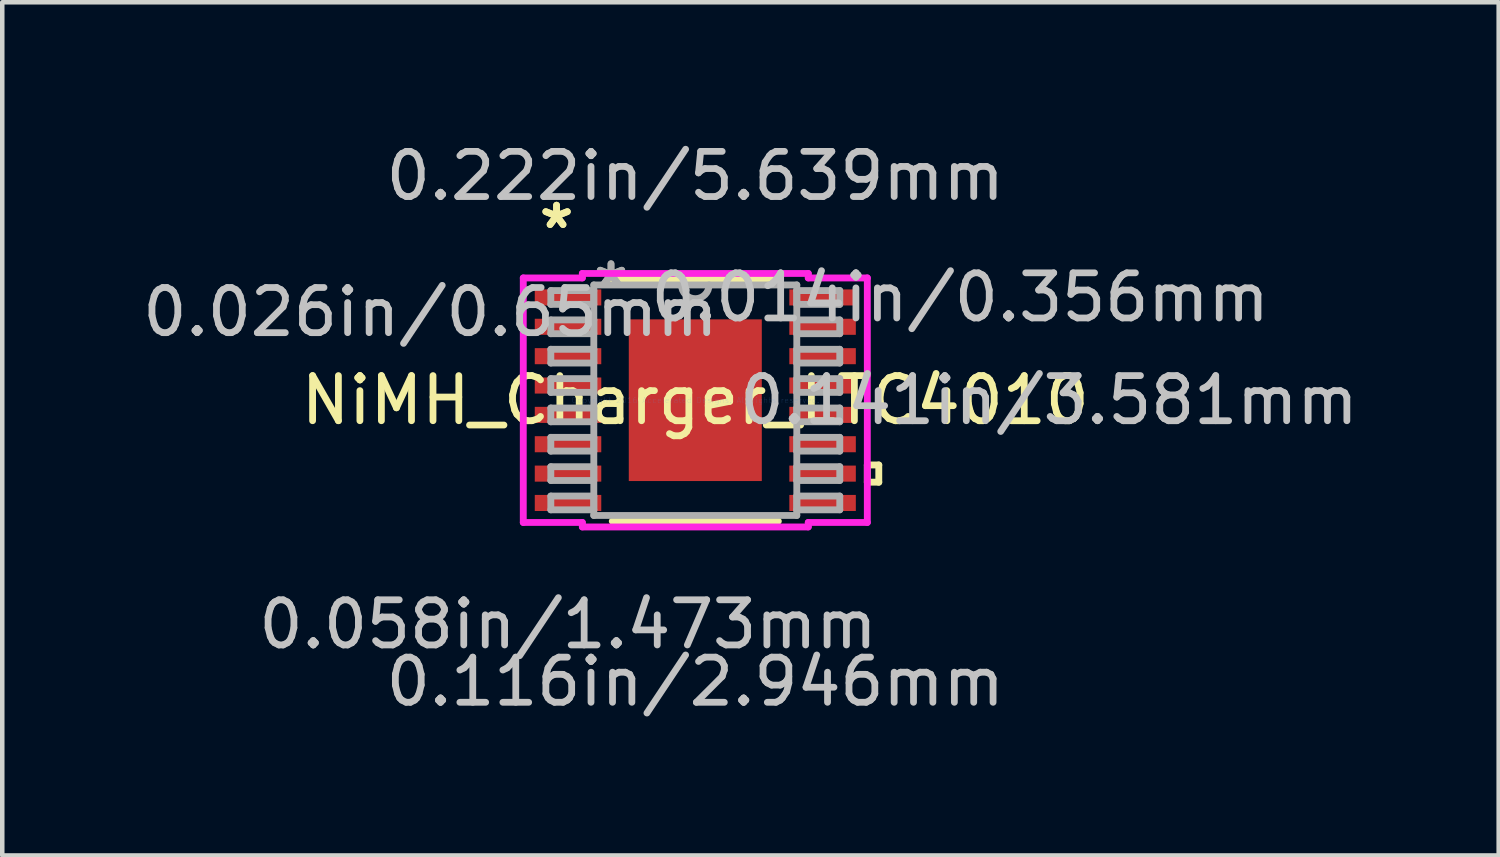
<source format=kicad_pcb>
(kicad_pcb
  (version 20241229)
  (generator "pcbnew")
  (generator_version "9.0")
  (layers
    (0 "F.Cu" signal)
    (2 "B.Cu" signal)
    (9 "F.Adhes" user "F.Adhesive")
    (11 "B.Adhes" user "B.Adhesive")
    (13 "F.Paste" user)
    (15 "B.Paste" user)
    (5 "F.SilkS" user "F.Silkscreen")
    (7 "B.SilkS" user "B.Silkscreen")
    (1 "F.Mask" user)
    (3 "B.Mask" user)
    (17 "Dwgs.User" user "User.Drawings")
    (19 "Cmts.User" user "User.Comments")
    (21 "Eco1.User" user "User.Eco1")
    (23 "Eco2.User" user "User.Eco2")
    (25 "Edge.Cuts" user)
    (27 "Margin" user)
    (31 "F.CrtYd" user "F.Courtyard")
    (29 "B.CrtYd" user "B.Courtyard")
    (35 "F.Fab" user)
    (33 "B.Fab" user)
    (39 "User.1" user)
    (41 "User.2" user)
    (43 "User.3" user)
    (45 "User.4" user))
  (footprint "NiMH_Charger_LTC4010"
    (layer "F.Cu")
    (at 12.35 5.814)
    (property "Reference" "NiMH_Charger_LTC4010" (at 0 0 0) (layer "F.SilkS") (effects (font (size 1 1) (thickness 0.15))))
    (attr through_hole)
    (fp_line (start -1.839 2.68) (end 1.839 2.68) (stroke (width 0.152) (type solid)) (layer "F.SilkS"))
    (fp_line (start 1.839 -2.68) (end -1.839 -2.68) (stroke (width 0.152) (type solid)) (layer "F.SilkS"))
    (fp_line (start 3.81 1.435) (end 4.064 1.435) (stroke (width 0.152) (type solid)) (layer "F.SilkS"))
    (fp_line (start 3.81 1.816) (end 3.81 1.435) (stroke (width 0.152) (type solid)) (layer "F.SilkS"))
    (fp_line (start 4.064 1.435) (end 4.064 1.816) (stroke (width 0.152) (type solid)) (layer "F.SilkS"))
    (fp_line (start 4.064 1.816) (end 3.81 1.816) (stroke (width 0.152) (type solid)) (layer "F.SilkS"))
    (fp_line (start -1.373 -1.691) (end -1.373 -0.1) (stroke (width 0.152) (type solid)) (layer "F.Paste"))
    (fp_line (start -1.373 -0.1) (end -0.1 -0.1) (stroke (width 0.152) (type solid)) (layer "F.Paste"))
    (fp_line (start -1.373 0.1) (end -1.373 1.691) (stroke (width 0.152) (type solid)) (layer "F.Paste"))
    (fp_line (start -1.373 1.691) (end -0.1 1.691) (stroke (width 0.152) (type solid)) (layer "F.Paste"))
    (fp_line (start -0.1 -1.691) (end -1.373 -1.691) (stroke (width 0.152) (type solid)) (layer "F.Paste"))
    (fp_line (start -0.1 -0.1) (end -0.1 -1.691) (stroke (width 0.152) (type solid)) (layer "F.Paste"))
    (fp_line (start -0.1 0.1) (end -1.373 0.1) (stroke (width 0.152) (type solid)) (layer "F.Paste"))
    (fp_line (start -0.1 1.691) (end -0.1 0.1) (stroke (width 0.152) (type solid)) (layer "F.Paste"))
    (fp_line (start 0.1 -1.691) (end 0.1 -0.1) (stroke (width 0.152) (type solid)) (layer "F.Paste"))
    (fp_line (start 0.1 -0.1) (end 1.373 -0.1) (stroke (width 0.152) (type solid)) (layer "F.Paste"))
    (fp_line (start 0.1 0.1) (end 0.1 1.691) (stroke (width 0.152) (type solid)) (layer "F.Paste"))
    (fp_line (start 0.1 1.691) (end 1.373 1.691) (stroke (width 0.152) (type solid)) (layer "F.Paste"))
    (fp_line (start 1.373 -1.691) (end 0.1 -1.691) (stroke (width 0.152) (type solid)) (layer "F.Paste"))
    (fp_line (start 1.373 -0.1) (end 1.373 -1.691) (stroke (width 0.152) (type solid)) (layer "F.Paste"))
    (fp_line (start 1.373 0.1) (end 0.1 0.1) (stroke (width 0.152) (type solid)) (layer "F.Paste"))
    (fp_line (start 1.373 1.691) (end 1.373 0.1) (stroke (width 0.152) (type solid)) (layer "F.Paste"))
    (fp_line (start -3.81 -2.708) (end -2.502 -2.708) (stroke (width 0.152) (type solid)) (layer "F.CrtYd"))
    (fp_line (start -3.81 2.708) (end -3.81 -2.708) (stroke (width 0.152) (type solid)) (layer "F.CrtYd"))
    (fp_line (start -2.502 -2.807) (end 2.502 -2.807) (stroke (width 0.152) (type solid)) (layer "F.CrtYd"))
    (fp_line (start -2.502 -2.708) (end -2.502 -2.807) (stroke (width 0.152) (type solid)) (layer "F.CrtYd"))
    (fp_line (start -2.502 2.708) (end -3.81 2.708) (stroke (width 0.152) (type solid)) (layer "F.CrtYd"))
    (fp_line (start -2.502 2.807) (end -2.502 2.708) (stroke (width 0.152) (type solid)) (layer "F.CrtYd"))
    (fp_line (start 2.502 -2.807) (end 2.502 -2.708) (stroke (width 0.152) (type solid)) (layer "F.CrtYd"))
    (fp_line (start 2.502 -2.708) (end 3.81 -2.708) (stroke (width 0.152) (type solid)) (layer "F.CrtYd"))
    (fp_line (start 2.502 2.708) (end 2.502 2.807) (stroke (width 0.152) (type solid)) (layer "F.CrtYd"))
    (fp_line (start 2.502 2.807) (end -2.502 2.807) (stroke (width 0.152) (type solid)) (layer "F.CrtYd"))
    (fp_line (start 3.81 -2.708) (end 3.81 2.708) (stroke (width 0.152) (type solid)) (layer "F.CrtYd"))
    (fp_line (start 3.81 2.708) (end 2.502 2.708) (stroke (width 0.152) (type solid)) (layer "F.CrtYd"))
    (fp_line (start -3.2 -2.428) (end -3.2 -2.123) (stroke (width 0.152) (type solid)) (layer "F.Fab"))
    (fp_line (start -3.2 -2.123) (end -2.248 -2.123) (stroke (width 0.152) (type solid)) (layer "F.Fab"))
    (fp_line (start -3.2 -1.778) (end -3.2 -1.473) (stroke (width 0.152) (type solid)) (layer "F.Fab"))
    (fp_line (start -3.2 -1.473) (end -2.248 -1.473) (stroke (width 0.152) (type solid)) (layer "F.Fab"))
    (fp_line (start -3.2 -1.128) (end -3.2 -0.823) (stroke (width 0.152) (type solid)) (layer "F.Fab"))
    (fp_line (start -3.2 -0.823) (end -2.248 -0.823) (stroke (width 0.152) (type solid)) (layer "F.Fab"))
    (fp_line (start -3.2 -0.478) (end -3.2 -0.173) (stroke (width 0.152) (type solid)) (layer "F.Fab"))
    (fp_line (start -3.2 -0.173) (end -2.248 -0.173) (stroke (width 0.152) (type solid)) (layer "F.Fab"))
    (fp_line (start -3.2 0.173) (end -3.2 0.478) (stroke (width 0.152) (type solid)) (layer "F.Fab"))
    (fp_line (start -3.2 0.478) (end -2.248 0.478) (stroke (width 0.152) (type solid)) (layer "F.Fab"))
    (fp_line (start -3.2 0.823) (end -3.2 1.128) (stroke (width 0.152) (type solid)) (layer "F.Fab"))
    (fp_line (start -3.2 1.128) (end -2.248 1.128) (stroke (width 0.152) (type solid)) (layer "F.Fab"))
    (fp_line (start -3.2 1.473) (end -3.2 1.778) (stroke (width 0.152) (type solid)) (layer "F.Fab"))
    (fp_line (start -3.2 1.778) (end -2.248 1.778) (stroke (width 0.152) (type solid)) (layer "F.Fab"))
    (fp_line (start -3.2 2.123) (end -3.2 2.428) (stroke (width 0.152) (type solid)) (layer "F.Fab"))
    (fp_line (start -3.2 2.428) (end -2.248 2.428) (stroke (width 0.152) (type solid)) (layer "F.Fab"))
    (fp_line (start -2.248 -2.553) (end -2.248 2.553) (stroke (width 0.152) (type solid)) (layer "F.Fab"))
    (fp_line (start -2.248 -2.428) (end -3.2 -2.428) (stroke (width 0.152) (type solid)) (layer "F.Fab"))
    (fp_line (start -2.248 -2.123) (end -2.248 -2.428) (stroke (width 0.152) (type solid)) (layer "F.Fab"))
    (fp_line (start -2.248 -1.778) (end -3.2 -1.778) (stroke (width 0.152) (type solid)) (layer "F.Fab"))
    (fp_line (start -2.248 -1.473) (end -2.248 -1.778) (stroke (width 0.152) (type solid)) (layer "F.Fab"))
    (fp_line (start -2.248 -1.128) (end -3.2 -1.128) (stroke (width 0.152) (type solid)) (layer "F.Fab"))
    (fp_line (start -2.248 -0.823) (end -2.248 -1.128) (stroke (width 0.152) (type solid)) (layer "F.Fab"))
    (fp_line (start -2.248 -0.478) (end -3.2 -0.478) (stroke (width 0.152) (type solid)) (layer "F.Fab"))
    (fp_line (start -2.248 -0.173) (end -2.248 -0.478) (stroke (width 0.152) (type solid)) (layer "F.Fab"))
    (fp_line (start -2.248 0.173) (end -3.2 0.173) (stroke (width 0.152) (type solid)) (layer "F.Fab"))
    (fp_line (start -2.248 0.478) (end -2.248 0.173) (stroke (width 0.152) (type solid)) (layer "F.Fab"))
    (fp_line (start -2.248 0.823) (end -3.2 0.823) (stroke (width 0.152) (type solid)) (layer "F.Fab"))
    (fp_line (start -2.248 1.128) (end -2.248 0.823) (stroke (width 0.152) (type solid)) (layer "F.Fab"))
    (fp_line (start -2.248 1.473) (end -3.2 1.473) (stroke (width 0.152) (type solid)) (layer "F.Fab"))
    (fp_line (start -2.248 1.778) (end -2.248 1.473) (stroke (width 0.152) (type solid)) (layer "F.Fab"))
    (fp_line (start -2.248 2.123) (end -3.2 2.123) (stroke (width 0.152) (type solid)) (layer "F.Fab"))
    (fp_line (start -2.248 2.428) (end -2.248 2.123) (stroke (width 0.152) (type solid)) (layer "F.Fab"))
    (fp_line (start -2.248 2.553) (end 2.248 2.553) (stroke (width 0.152) (type solid)) (layer "F.Fab"))
    (fp_line (start 2.248 -2.553) (end -2.248 -2.553) (stroke (width 0.152) (type solid)) (layer "F.Fab"))
    (fp_line (start 2.248 -2.428) (end 2.248 -2.123) (stroke (width 0.152) (type solid)) (layer "F.Fab"))
    (fp_line (start 2.248 -2.123) (end 3.2 -2.123) (stroke (width 0.152) (type solid)) (layer "F.Fab"))
    (fp_line (start 2.248 -1.778) (end 2.248 -1.473) (stroke (width 0.152) (type solid)) (layer "F.Fab"))
    (fp_line (start 2.248 -1.473) (end 3.2 -1.473) (stroke (width 0.152) (type solid)) (layer "F.Fab"))
    (fp_line (start 2.248 -1.128) (end 2.248 -0.823) (stroke (width 0.152) (type solid)) (layer "F.Fab"))
    (fp_line (start 2.248 -0.823) (end 3.2 -0.823) (stroke (width 0.152) (type solid)) (layer "F.Fab"))
    (fp_line (start 2.248 -0.478) (end 2.248 -0.173) (stroke (width 0.152) (type solid)) (layer "F.Fab"))
    (fp_line (start 2.248 -0.173) (end 3.2 -0.173) (stroke (width 0.152) (type solid)) (layer "F.Fab"))
    (fp_line (start 2.248 0.173) (end 2.248 0.478) (stroke (width 0.152) (type solid)) (layer "F.Fab"))
    (fp_line (start 2.248 0.478) (end 3.2 0.478) (stroke (width 0.152) (type solid)) (layer "F.Fab"))
    (fp_line (start 2.248 0.823) (end 2.248 1.128) (stroke (width 0.152) (type solid)) (layer "F.Fab"))
    (fp_line (start 2.248 1.128) (end 3.2 1.128) (stroke (width 0.152) (type solid)) (layer "F.Fab"))
    (fp_line (start 2.248 1.473) (end 2.248 1.778) (stroke (width 0.152) (type solid)) (layer "F.Fab"))
    (fp_line (start 2.248 1.778) (end 3.2 1.778) (stroke (width 0.152) (type solid)) (layer "F.Fab"))
    (fp_line (start 2.248 2.123) (end 2.248 2.428) (stroke (width 0.152) (type solid)) (layer "F.Fab"))
    (fp_line (start 2.248 2.428) (end 3.2 2.428) (stroke (width 0.152) (type solid)) (layer "F.Fab"))
    (fp_line (start 2.248 2.553) (end 2.248 -2.553) (stroke (width 0.152) (type solid)) (layer "F.Fab"))
    (fp_line (start 3.2 -2.428) (end 2.248 -2.428) (stroke (width 0.152) (type solid)) (layer "F.Fab"))
    (fp_line (start 3.2 -2.123) (end 3.2 -2.428) (stroke (width 0.152) (type solid)) (layer "F.Fab"))
    (fp_line (start 3.2 -1.778) (end 2.248 -1.778) (stroke (width 0.152) (type solid)) (layer "F.Fab"))
    (fp_line (start 3.2 -1.473) (end 3.2 -1.778) (stroke (width 0.152) (type solid)) (layer "F.Fab"))
    (fp_line (start 3.2 -1.128) (end 2.248 -1.128) (stroke (width 0.152) (type solid)) (layer "F.Fab"))
    (fp_line (start 3.2 -0.823) (end 3.2 -1.128) (stroke (width 0.152) (type solid)) (layer "F.Fab"))
    (fp_line (start 3.2 -0.478) (end 2.248 -0.478) (stroke (width 0.152) (type solid)) (layer "F.Fab"))
    (fp_line (start 3.2 -0.173) (end 3.2 -0.478) (stroke (width 0.152) (type solid)) (layer "F.Fab"))
    (fp_line (start 3.2 0.173) (end 2.248 0.173) (stroke (width 0.152) (type solid)) (layer "F.Fab"))
    (fp_line (start 3.2 0.478) (end 3.2 0.173) (stroke (width 0.152) (type solid)) (layer "F.Fab"))
    (fp_line (start 3.2 0.823) (end 2.248 0.823) (stroke (width 0.152) (type solid)) (layer "F.Fab"))
    (fp_line (start 3.2 1.128) (end 3.2 0.823) (stroke (width 0.152) (type solid)) (layer "F.Fab"))
    (fp_line (start 3.2 1.473) (end 2.248 1.473) (stroke (width 0.152) (type solid)) (layer "F.Fab"))
    (fp_line (start 3.2 1.778) (end 3.2 1.473) (stroke (width 0.152) (type solid)) (layer "F.Fab"))
    (fp_line (start 3.2 2.123) (end 2.248 2.123) (stroke (width 0.152) (type solid)) (layer "F.Fab"))
    (fp_line (start 3.2 2.428) (end 3.2 2.123) (stroke (width 0.152) (type solid)) (layer "F.Fab"))
    (fp_arc (start 0.3048 -2.5527) (mid 0 -2.2479) (end -0.3048 -2.5527) (stroke (width 0.1524) (type solid)) (layer "F.Fab"))
    (fp_text user "*" (at -3.073 -3.774 0) (layer "F.SilkS") (effects (font (size 1 1) (thickness 0.15))))
    (fp_text user "*" (at -3.073 -3.774 0) (layer "F.SilkS") (effects (font (size 1 1) (thickness 0.15))))
    (fp_text user "0.014in/0.356mm" (at 5.867 -2.276 0) (layer "Dwgs.User") (effects (font (size 1 1) (thickness 0.15))))
    (fp_text user "0.058in/1.473mm" (at -2.819 4.966 0) (layer "Dwgs.User") (effects (font (size 1 1) (thickness 0.15))))
    (fp_text user "0.026in/0.65mm" (at -5.867 -1.951 0) (layer "Dwgs.User") (effects (font (size 1 1) (thickness 0.15))))
    (fp_text user "0.141in/3.581mm" (at 7.836 0 0) (layer "Dwgs.User") (effects (font (size 1 1) (thickness 0.15))))
    (fp_text user "0.222in/5.639mm" (at 0 -4.966 0) (layer "Dwgs.User") (effects (font (size 1 1) (thickness 0.15))))
    (fp_text user "0.116in/2.946mm" (at 0 6.236 0) (layer "Dwgs.User") (effects (font (size 1 1) (thickness 0.15))))
    (fp_text user "Copyright 2016 Accelerated Designs. All rights reserved." (at 0 0 0) (layer "Cmts.User") (effects (font (size 0.127 0.127) (thickness 0.002))))
    (fp_text user "*" (at -1.867 -2.477 0) (layer "F.Fab") (effects (font (size 1 1) (thickness 0.15))))
    (fp_text user "*" (at -1.867 -2.477 0) (layer "F.Fab") (effects (font (size 1 1) (thickness 0.15))))
    (pad "1" smd rect (at -2.819 -2.276) (size 1.473 0.356) (layers "F.Cu" "F.Mask" "F.Paste"))
    (pad "2" smd rect (at -2.819 -1.626) (size 1.473 0.356) (layers "F.Cu" "F.Mask" "F.Paste"))
    (pad "3" smd rect (at -2.819 -0.975) (size 1.473 0.356) (layers "F.Cu" "F.Mask" "F.Paste"))
    (pad "4" smd rect (at -2.819 -0.325) (size 1.473 0.356) (layers "F.Cu" "F.Mask" "F.Paste"))
    (pad "5" smd rect (at -2.819 0.325) (size 1.473 0.356) (layers "F.Cu" "F.Mask" "F.Paste"))
    (pad "6" smd rect (at -2.819 0.975) (size 1.473 0.356) (layers "F.Cu" "F.Mask" "F.Paste"))
    (pad "7" smd rect (at -2.819 1.626) (size 1.473 0.356) (layers "F.Cu" "F.Mask" "F.Paste"))
    (pad "8" smd rect (at -2.819 2.276) (size 1.473 0.356) (layers "F.Cu" "F.Mask" "F.Paste"))
    (pad "9" smd rect (at 2.819 2.276) (size 1.473 0.356) (layers "F.Cu" "F.Mask" "F.Paste"))
    (pad "10" smd rect (at 2.819 1.626) (size 1.473 0.356) (layers "F.Cu" "F.Mask" "F.Paste"))
    (pad "11" smd rect (at 2.819 0.975) (size 1.473 0.356) (layers "F.Cu" "F.Mask" "F.Paste"))
    (pad "12" smd rect (at 2.819 0.325) (size 1.473 0.356) (layers "F.Cu" "F.Mask" "F.Paste"))
    (pad "13" smd rect (at 2.819 -0.325) (size 1.473 0.356) (layers "F.Cu" "F.Mask" "F.Paste"))
    (pad "14" smd rect (at 2.819 -0.975) (size 1.473 0.356) (layers "F.Cu" "F.Mask" "F.Paste"))
    (pad "15" smd rect (at 2.819 -1.626) (size 1.473 0.356) (layers "F.Cu" "F.Mask" "F.Paste"))
    (pad "16" smd rect (at 2.819 -2.276) (size 1.473 0.356) (layers "F.Cu" "F.Mask" "F.Paste"))
    (pad "EPAD" smd rect (at 0 0) (size 2.946 3.581) (layers "F.Cu" "F.Mask" "F.Paste")))
  (gr_rect
    (start -3 -3)
    (end 30.144 15.898)
    (stroke (width 0.1) (type default))
    (fill no)
    (layer "Edge.Cuts")))
</source>
